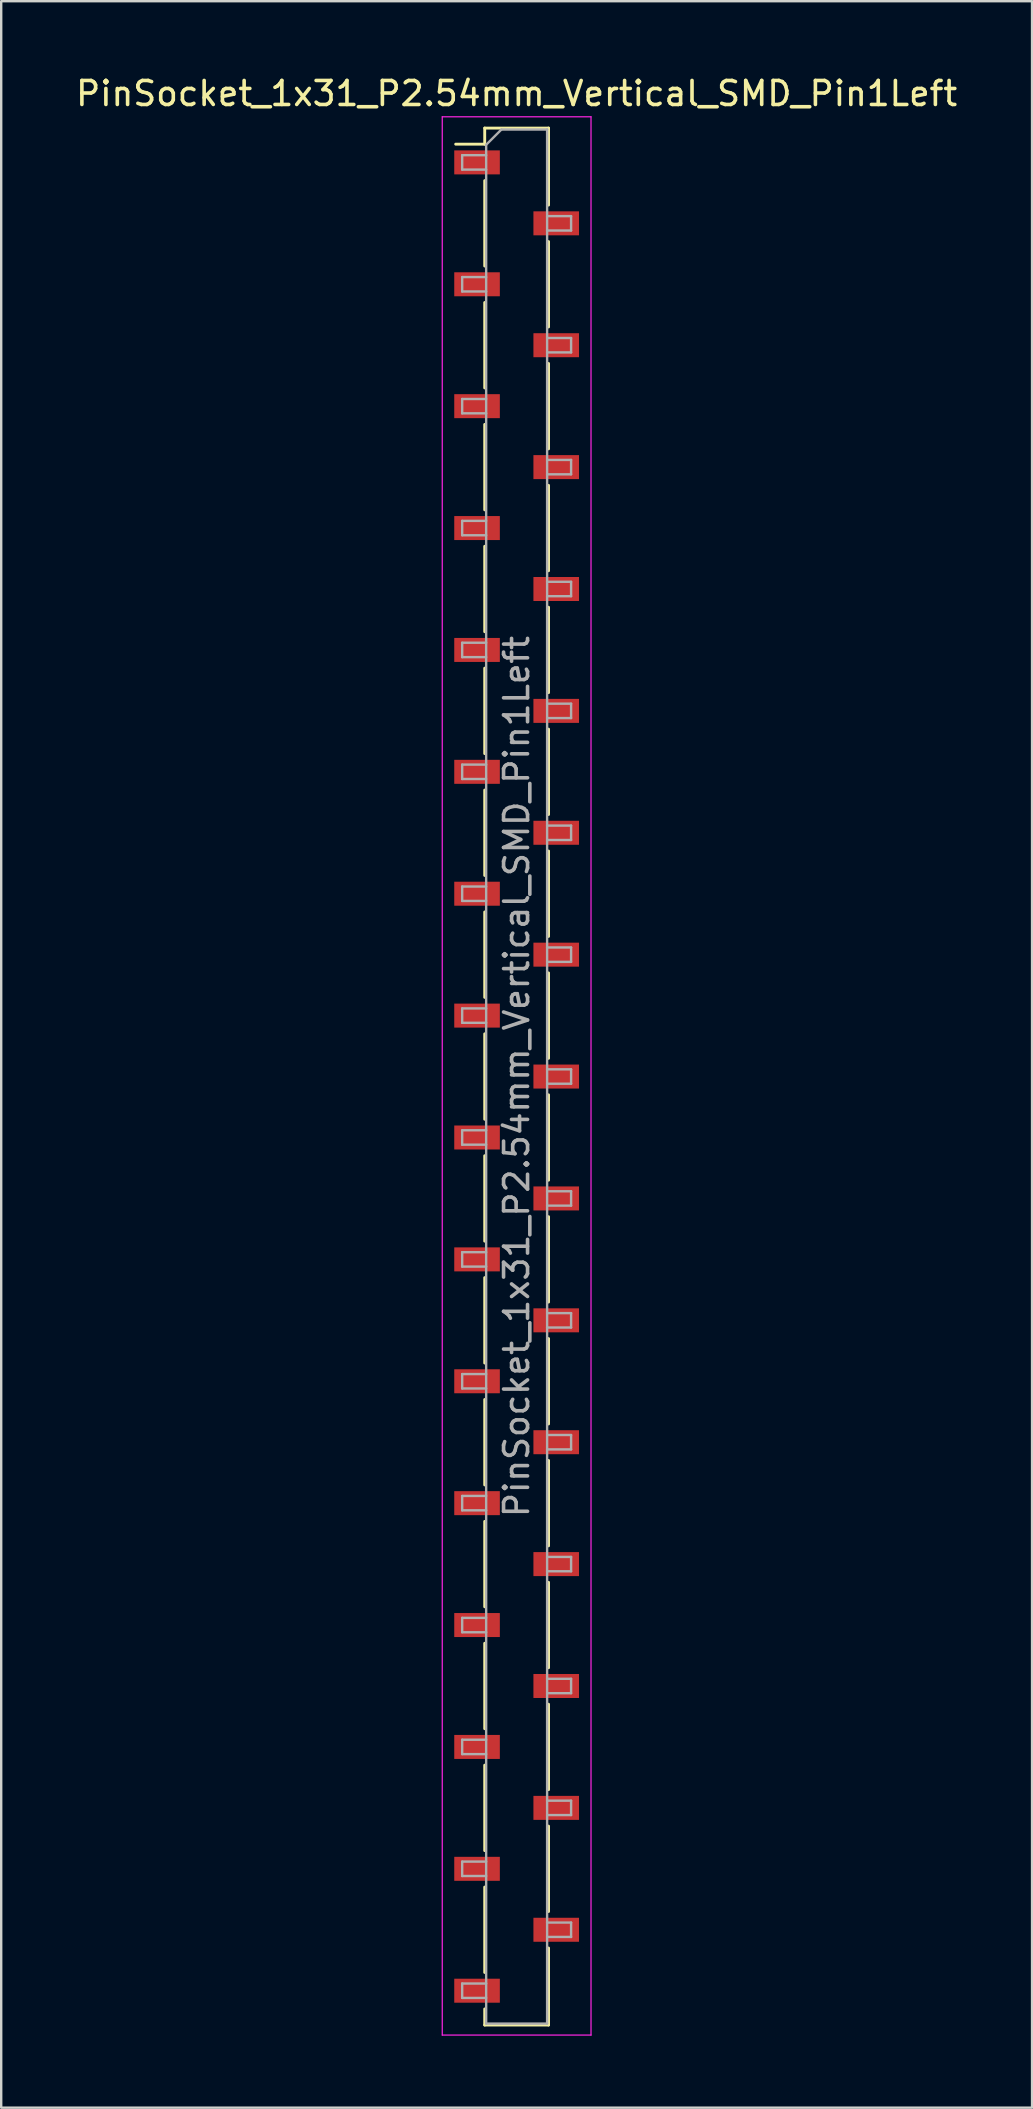
<source format=kicad_pcb>
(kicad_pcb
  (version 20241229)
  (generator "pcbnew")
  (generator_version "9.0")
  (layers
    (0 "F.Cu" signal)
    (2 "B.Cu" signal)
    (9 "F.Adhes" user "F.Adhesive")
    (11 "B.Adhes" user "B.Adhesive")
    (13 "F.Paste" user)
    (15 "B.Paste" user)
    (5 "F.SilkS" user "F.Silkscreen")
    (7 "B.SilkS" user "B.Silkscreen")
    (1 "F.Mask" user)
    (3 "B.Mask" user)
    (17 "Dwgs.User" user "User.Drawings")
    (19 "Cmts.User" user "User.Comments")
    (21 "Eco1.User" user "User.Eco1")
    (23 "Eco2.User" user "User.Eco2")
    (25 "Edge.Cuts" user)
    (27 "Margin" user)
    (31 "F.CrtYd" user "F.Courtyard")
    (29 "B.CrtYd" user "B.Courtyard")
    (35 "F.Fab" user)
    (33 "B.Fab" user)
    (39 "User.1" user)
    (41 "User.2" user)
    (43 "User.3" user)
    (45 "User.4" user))
  (footprint "PinSocket_1x31_P2.54mm_Vertical_SMD_Pin1Left"
    (layer "F.Cu")
    (at 18.482 41.818)
    (property "Reference" "PinSocket_1x31_P2.54mm_Vertical_SMD_Pin1Left" (at 0 -40.97 0) (layer "F.SilkS") (effects (font (size 1 1) (thickness 0.15))))
    (attr smd)
    (fp_line (start -2.54 -38.86) (end -1.33 -38.86) (stroke (width 0.12) (type solid)) (layer "F.SilkS"))
    (fp_line (start -1.33 -39.53) (end -1.33 -38.86) (stroke (width 0.12) (type solid)) (layer "F.SilkS"))
    (fp_line (start -1.33 -39.53) (end 1.33 -39.53) (stroke (width 0.12) (type solid)) (layer "F.SilkS"))
    (fp_line (start -1.33 -37.34) (end -1.33 -33.78) (stroke (width 0.12) (type solid)) (layer "F.SilkS"))
    (fp_line (start -1.33 -32.26) (end -1.33 -28.7) (stroke (width 0.12) (type solid)) (layer "F.SilkS"))
    (fp_line (start -1.33 -27.18) (end -1.33 -23.62) (stroke (width 0.12) (type solid)) (layer "F.SilkS"))
    (fp_line (start -1.33 -22.1) (end -1.33 -18.54) (stroke (width 0.12) (type solid)) (layer "F.SilkS"))
    (fp_line (start -1.33 -17.02) (end -1.33 -13.46) (stroke (width 0.12) (type solid)) (layer "F.SilkS"))
    (fp_line (start -1.33 -11.94) (end -1.33 -8.38) (stroke (width 0.12) (type solid)) (layer "F.SilkS"))
    (fp_line (start -1.33 -6.86) (end -1.33 -3.3) (stroke (width 0.12) (type solid)) (layer "F.SilkS"))
    (fp_line (start -1.33 -1.78) (end -1.33 1.78) (stroke (width 0.12) (type solid)) (layer "F.SilkS"))
    (fp_line (start -1.33 3.3) (end -1.33 6.86) (stroke (width 0.12) (type solid)) (layer "F.SilkS"))
    (fp_line (start -1.33 8.38) (end -1.33 11.94) (stroke (width 0.12) (type solid)) (layer "F.SilkS"))
    (fp_line (start -1.33 13.46) (end -1.33 17.02) (stroke (width 0.12) (type solid)) (layer "F.SilkS"))
    (fp_line (start -1.33 18.54) (end -1.33 22.1) (stroke (width 0.12) (type solid)) (layer "F.SilkS"))
    (fp_line (start -1.33 23.62) (end -1.33 27.18) (stroke (width 0.12) (type solid)) (layer "F.SilkS"))
    (fp_line (start -1.33 28.7) (end -1.33 32.26) (stroke (width 0.12) (type solid)) (layer "F.SilkS"))
    (fp_line (start -1.33 33.78) (end -1.33 37.34) (stroke (width 0.12) (type solid)) (layer "F.SilkS"))
    (fp_line (start -1.33 38.86) (end -1.33 39.53) (stroke (width 0.12) (type solid)) (layer "F.SilkS"))
    (fp_line (start -1.33 39.53) (end 1.33 39.53) (stroke (width 0.12) (type solid)) (layer "F.SilkS"))
    (fp_line (start 1.33 -39.53) (end 1.33 -36.32) (stroke (width 0.12) (type solid)) (layer "F.SilkS"))
    (fp_line (start 1.33 -34.8) (end 1.33 -31.24) (stroke (width 0.12) (type solid)) (layer "F.SilkS"))
    (fp_line (start 1.33 -29.72) (end 1.33 -26.16) (stroke (width 0.12) (type solid)) (layer "F.SilkS"))
    (fp_line (start 1.33 -24.64) (end 1.33 -21.08) (stroke (width 0.12) (type solid)) (layer "F.SilkS"))
    (fp_line (start 1.33 -19.56) (end 1.33 -16) (stroke (width 0.12) (type solid)) (layer "F.SilkS"))
    (fp_line (start 1.33 -14.48) (end 1.33 -10.92) (stroke (width 0.12) (type solid)) (layer "F.SilkS"))
    (fp_line (start 1.33 -9.4) (end 1.33 -5.84) (stroke (width 0.12) (type solid)) (layer "F.SilkS"))
    (fp_line (start 1.33 -4.32) (end 1.33 -0.76) (stroke (width 0.12) (type solid)) (layer "F.SilkS"))
    (fp_line (start 1.33 0.76) (end 1.33 4.32) (stroke (width 0.12) (type solid)) (layer "F.SilkS"))
    (fp_line (start 1.33 5.84) (end 1.33 9.4) (stroke (width 0.12) (type solid)) (layer "F.SilkS"))
    (fp_line (start 1.33 10.92) (end 1.33 14.48) (stroke (width 0.12) (type solid)) (layer "F.SilkS"))
    (fp_line (start 1.33 16) (end 1.33 19.56) (stroke (width 0.12) (type solid)) (layer "F.SilkS"))
    (fp_line (start 1.33 21.08) (end 1.33 24.64) (stroke (width 0.12) (type solid)) (layer "F.SilkS"))
    (fp_line (start 1.33 26.16) (end 1.33 29.72) (stroke (width 0.12) (type solid)) (layer "F.SilkS"))
    (fp_line (start 1.33 31.24) (end 1.33 34.8) (stroke (width 0.12) (type solid)) (layer "F.SilkS"))
    (fp_line (start 1.33 36.32) (end 1.33 39.53) (stroke (width 0.12) (type solid)) (layer "F.SilkS"))
    (fp_line (start -3.1 -40) (end 3.1 -40) (stroke (width 0.05) (type solid)) (layer "F.CrtYd"))
    (fp_line (start -3.1 39.95) (end -3.1 -40) (stroke (width 0.05) (type solid)) (layer "F.CrtYd"))
    (fp_line (start 3.1 -40) (end 3.1 39.95) (stroke (width 0.05) (type solid)) (layer "F.CrtYd"))
    (fp_line (start 3.1 39.95) (end -3.1 39.95) (stroke (width 0.05) (type solid)) (layer "F.CrtYd"))
    (fp_line (start -2.27 -38.4) (end -1.27 -38.4) (stroke (width 0.1) (type solid)) (layer "F.Fab"))
    (fp_line (start -2.27 -37.8) (end -2.27 -38.4) (stroke (width 0.1) (type solid)) (layer "F.Fab"))
    (fp_line (start -2.27 -33.32) (end -1.27 -33.32) (stroke (width 0.1) (type solid)) (layer "F.Fab"))
    (fp_line (start -2.27 -32.72) (end -2.27 -33.32) (stroke (width 0.1) (type solid)) (layer "F.Fab"))
    (fp_line (start -2.27 -28.24) (end -1.27 -28.24) (stroke (width 0.1) (type solid)) (layer "F.Fab"))
    (fp_line (start -2.27 -27.64) (end -2.27 -28.24) (stroke (width 0.1) (type solid)) (layer "F.Fab"))
    (fp_line (start -2.27 -23.16) (end -1.27 -23.16) (stroke (width 0.1) (type solid)) (layer "F.Fab"))
    (fp_line (start -2.27 -22.56) (end -2.27 -23.16) (stroke (width 0.1) (type solid)) (layer "F.Fab"))
    (fp_line (start -2.27 -18.08) (end -1.27 -18.08) (stroke (width 0.1) (type solid)) (layer "F.Fab"))
    (fp_line (start -2.27 -17.48) (end -2.27 -18.08) (stroke (width 0.1) (type solid)) (layer "F.Fab"))
    (fp_line (start -2.27 -13) (end -1.27 -13) (stroke (width 0.1) (type solid)) (layer "F.Fab"))
    (fp_line (start -2.27 -12.4) (end -2.27 -13) (stroke (width 0.1) (type solid)) (layer "F.Fab"))
    (fp_line (start -2.27 -7.92) (end -1.27 -7.92) (stroke (width 0.1) (type solid)) (layer "F.Fab"))
    (fp_line (start -2.27 -7.32) (end -2.27 -7.92) (stroke (width 0.1) (type solid)) (layer "F.Fab"))
    (fp_line (start -2.27 -2.84) (end -1.27 -2.84) (stroke (width 0.1) (type solid)) (layer "F.Fab"))
    (fp_line (start -2.27 -2.24) (end -2.27 -2.84) (stroke (width 0.1) (type solid)) (layer "F.Fab"))
    (fp_line (start -2.27 2.24) (end -1.27 2.24) (stroke (width 0.1) (type solid)) (layer "F.Fab"))
    (fp_line (start -2.27 2.84) (end -2.27 2.24) (stroke (width 0.1) (type solid)) (layer "F.Fab"))
    (fp_line (start -2.27 7.32) (end -1.27 7.32) (stroke (width 0.1) (type solid)) (layer "F.Fab"))
    (fp_line (start -2.27 7.92) (end -2.27 7.32) (stroke (width 0.1) (type solid)) (layer "F.Fab"))
    (fp_line (start -2.27 12.4) (end -1.27 12.4) (stroke (width 0.1) (type solid)) (layer "F.Fab"))
    (fp_line (start -2.27 13) (end -2.27 12.4) (stroke (width 0.1) (type solid)) (layer "F.Fab"))
    (fp_line (start -2.27 17.48) (end -1.27 17.48) (stroke (width 0.1) (type solid)) (layer "F.Fab"))
    (fp_line (start -2.27 18.08) (end -2.27 17.48) (stroke (width 0.1) (type solid)) (layer "F.Fab"))
    (fp_line (start -2.27 22.56) (end -1.27 22.56) (stroke (width 0.1) (type solid)) (layer "F.Fab"))
    (fp_line (start -2.27 23.16) (end -2.27 22.56) (stroke (width 0.1) (type solid)) (layer "F.Fab"))
    (fp_line (start -2.27 27.64) (end -1.27 27.64) (stroke (width 0.1) (type solid)) (layer "F.Fab"))
    (fp_line (start -2.27 28.24) (end -2.27 27.64) (stroke (width 0.1) (type solid)) (layer "F.Fab"))
    (fp_line (start -2.27 32.72) (end -1.27 32.72) (stroke (width 0.1) (type solid)) (layer "F.Fab"))
    (fp_line (start -2.27 33.32) (end -2.27 32.72) (stroke (width 0.1) (type solid)) (layer "F.Fab"))
    (fp_line (start -2.27 37.8) (end -1.27 37.8) (stroke (width 0.1) (type solid)) (layer "F.Fab"))
    (fp_line (start -2.27 38.4) (end -2.27 37.8) (stroke (width 0.1) (type solid)) (layer "F.Fab"))
    (fp_line (start -1.27 -38.835) (end -0.635 -39.47) (stroke (width 0.1) (type solid)) (layer "F.Fab"))
    (fp_line (start -1.27 -37.8) (end -2.27 -37.8) (stroke (width 0.1) (type solid)) (layer "F.Fab"))
    (fp_line (start -1.27 -32.72) (end -2.27 -32.72) (stroke (width 0.1) (type solid)) (layer "F.Fab"))
    (fp_line (start -1.27 -27.64) (end -2.27 -27.64) (stroke (width 0.1) (type solid)) (layer "F.Fab"))
    (fp_line (start -1.27 -22.56) (end -2.27 -22.56) (stroke (width 0.1) (type solid)) (layer "F.Fab"))
    (fp_line (start -1.27 -17.48) (end -2.27 -17.48) (stroke (width 0.1) (type solid)) (layer "F.Fab"))
    (fp_line (start -1.27 -12.4) (end -2.27 -12.4) (stroke (width 0.1) (type solid)) (layer "F.Fab"))
    (fp_line (start -1.27 -7.32) (end -2.27 -7.32) (stroke (width 0.1) (type solid)) (layer "F.Fab"))
    (fp_line (start -1.27 -2.24) (end -2.27 -2.24) (stroke (width 0.1) (type solid)) (layer "F.Fab"))
    (fp_line (start -1.27 2.84) (end -2.27 2.84) (stroke (width 0.1) (type solid)) (layer "F.Fab"))
    (fp_line (start -1.27 7.92) (end -2.27 7.92) (stroke (width 0.1) (type solid)) (layer "F.Fab"))
    (fp_line (start -1.27 13) (end -2.27 13) (stroke (width 0.1) (type solid)) (layer "F.Fab"))
    (fp_line (start -1.27 18.08) (end -2.27 18.08) (stroke (width 0.1) (type solid)) (layer "F.Fab"))
    (fp_line (start -1.27 23.16) (end -2.27 23.16) (stroke (width 0.1) (type solid)) (layer "F.Fab"))
    (fp_line (start -1.27 28.24) (end -2.27 28.24) (stroke (width 0.1) (type solid)) (layer "F.Fab"))
    (fp_line (start -1.27 33.32) (end -2.27 33.32) (stroke (width 0.1) (type solid)) (layer "F.Fab"))
    (fp_line (start -1.27 38.4) (end -2.27 38.4) (stroke (width 0.1) (type solid)) (layer "F.Fab"))
    (fp_line (start -1.27 39.47) (end -1.27 -38.835) (stroke (width 0.1) (type solid)) (layer "F.Fab"))
    (fp_line (start -0.635 -39.47) (end 1.27 -39.47) (stroke (width 0.1) (type solid)) (layer "F.Fab"))
    (fp_line (start 1.27 -39.47) (end 1.27 39.47) (stroke (width 0.1) (type solid)) (layer "F.Fab"))
    (fp_line (start 1.27 -35.86) (end 2.27 -35.86) (stroke (width 0.1) (type solid)) (layer "F.Fab"))
    (fp_line (start 1.27 -30.78) (end 2.27 -30.78) (stroke (width 0.1) (type solid)) (layer "F.Fab"))
    (fp_line (start 1.27 -25.7) (end 2.27 -25.7) (stroke (width 0.1) (type solid)) (layer "F.Fab"))
    (fp_line (start 1.27 -20.62) (end 2.27 -20.62) (stroke (width 0.1) (type solid)) (layer "F.Fab"))
    (fp_line (start 1.27 -15.54) (end 2.27 -15.54) (stroke (width 0.1) (type solid)) (layer "F.Fab"))
    (fp_line (start 1.27 -10.46) (end 2.27 -10.46) (stroke (width 0.1) (type solid)) (layer "F.Fab"))
    (fp_line (start 1.27 -5.38) (end 2.27 -5.38) (stroke (width 0.1) (type solid)) (layer "F.Fab"))
    (fp_line (start 1.27 -0.3) (end 2.27 -0.3) (stroke (width 0.1) (type solid)) (layer "F.Fab"))
    (fp_line (start 1.27 4.78) (end 2.27 4.78) (stroke (width 0.1) (type solid)) (layer "F.Fab"))
    (fp_line (start 1.27 9.86) (end 2.27 9.86) (stroke (width 0.1) (type solid)) (layer "F.Fab"))
    (fp_line (start 1.27 14.94) (end 2.27 14.94) (stroke (width 0.1) (type solid)) (layer "F.Fab"))
    (fp_line (start 1.27 20.02) (end 2.27 20.02) (stroke (width 0.1) (type solid)) (layer "F.Fab"))
    (fp_line (start 1.27 25.1) (end 2.27 25.1) (stroke (width 0.1) (type solid)) (layer "F.Fab"))
    (fp_line (start 1.27 30.18) (end 2.27 30.18) (stroke (width 0.1) (type solid)) (layer "F.Fab"))
    (fp_line (start 1.27 35.26) (end 2.27 35.26) (stroke (width 0.1) (type solid)) (layer "F.Fab"))
    (fp_line (start 1.27 39.47) (end -1.27 39.47) (stroke (width 0.1) (type solid)) (layer "F.Fab"))
    (fp_line (start 2.27 -35.86) (end 2.27 -35.26) (stroke (width 0.1) (type solid)) (layer "F.Fab"))
    (fp_line (start 2.27 -35.26) (end 1.27 -35.26) (stroke (width 0.1) (type solid)) (layer "F.Fab"))
    (fp_line (start 2.27 -30.78) (end 2.27 -30.18) (stroke (width 0.1) (type solid)) (layer "F.Fab"))
    (fp_line (start 2.27 -30.18) (end 1.27 -30.18) (stroke (width 0.1) (type solid)) (layer "F.Fab"))
    (fp_line (start 2.27 -25.7) (end 2.27 -25.1) (stroke (width 0.1) (type solid)) (layer "F.Fab"))
    (fp_line (start 2.27 -25.1) (end 1.27 -25.1) (stroke (width 0.1) (type solid)) (layer "F.Fab"))
    (fp_line (start 2.27 -20.62) (end 2.27 -20.02) (stroke (width 0.1) (type solid)) (layer "F.Fab"))
    (fp_line (start 2.27 -20.02) (end 1.27 -20.02) (stroke (width 0.1) (type solid)) (layer "F.Fab"))
    (fp_line (start 2.27 -15.54) (end 2.27 -14.94) (stroke (width 0.1) (type solid)) (layer "F.Fab"))
    (fp_line (start 2.27 -14.94) (end 1.27 -14.94) (stroke (width 0.1) (type solid)) (layer "F.Fab"))
    (fp_line (start 2.27 -10.46) (end 2.27 -9.86) (stroke (width 0.1) (type solid)) (layer "F.Fab"))
    (fp_line (start 2.27 -9.86) (end 1.27 -9.86) (stroke (width 0.1) (type solid)) (layer "F.Fab"))
    (fp_line (start 2.27 -5.38) (end 2.27 -4.78) (stroke (width 0.1) (type solid)) (layer "F.Fab"))
    (fp_line (start 2.27 -4.78) (end 1.27 -4.78) (stroke (width 0.1) (type solid)) (layer "F.Fab"))
    (fp_line (start 2.27 -0.3) (end 2.27 0.3) (stroke (width 0.1) (type solid)) (layer "F.Fab"))
    (fp_line (start 2.27 0.3) (end 1.27 0.3) (stroke (width 0.1) (type solid)) (layer "F.Fab"))
    (fp_line (start 2.27 4.78) (end 2.27 5.38) (stroke (width 0.1) (type solid)) (layer "F.Fab"))
    (fp_line (start 2.27 5.38) (end 1.27 5.38) (stroke (width 0.1) (type solid)) (layer "F.Fab"))
    (fp_line (start 2.27 9.86) (end 2.27 10.46) (stroke (width 0.1) (type solid)) (layer "F.Fab"))
    (fp_line (start 2.27 10.46) (end 1.27 10.46) (stroke (width 0.1) (type solid)) (layer "F.Fab"))
    (fp_line (start 2.27 14.94) (end 2.27 15.54) (stroke (width 0.1) (type solid)) (layer "F.Fab"))
    (fp_line (start 2.27 15.54) (end 1.27 15.54) (stroke (width 0.1) (type solid)) (layer "F.Fab"))
    (fp_line (start 2.27 20.02) (end 2.27 20.62) (stroke (width 0.1) (type solid)) (layer "F.Fab"))
    (fp_line (start 2.27 20.62) (end 1.27 20.62) (stroke (width 0.1) (type solid)) (layer "F.Fab"))
    (fp_line (start 2.27 25.1) (end 2.27 25.7) (stroke (width 0.1) (type solid)) (layer "F.Fab"))
    (fp_line (start 2.27 25.7) (end 1.27 25.7) (stroke (width 0.1) (type solid)) (layer "F.Fab"))
    (fp_line (start 2.27 30.18) (end 2.27 30.78) (stroke (width 0.1) (type solid)) (layer "F.Fab"))
    (fp_line (start 2.27 30.78) (end 1.27 30.78) (stroke (width 0.1) (type solid)) (layer "F.Fab"))
    (fp_line (start 2.27 35.26) (end 2.27 35.86) (stroke (width 0.1) (type solid)) (layer "F.Fab"))
    (fp_line (start 2.27 35.86) (end 1.27 35.86) (stroke (width 0.1) (type solid)) (layer "F.Fab"))
    (fp_text user "${REFERENCE}" (at 0 0 90) (layer "F.Fab") (effects (font (size 1 1) (thickness 0.15))))
    (pad "1" smd rect (at -1.65 -38.1) (size 1.9 1) (layers "F.Cu" "F.Mask" "F.Paste"))
    (pad "2" smd rect (at 1.65 -35.56) (size 1.9 1) (layers "F.Cu" "F.Mask" "F.Paste"))
    (pad "3" smd rect (at -1.65 -33.02) (size 1.9 1) (layers "F.Cu" "F.Mask" "F.Paste"))
    (pad "4" smd rect (at 1.65 -30.48) (size 1.9 1) (layers "F.Cu" "F.Mask" "F.Paste"))
    (pad "5" smd rect (at -1.65 -27.94) (size 1.9 1) (layers "F.Cu" "F.Mask" "F.Paste"))
    (pad "6" smd rect (at 1.65 -25.4) (size 1.9 1) (layers "F.Cu" "F.Mask" "F.Paste"))
    (pad "7" smd rect (at -1.65 -22.86) (size 1.9 1) (layers "F.Cu" "F.Mask" "F.Paste"))
    (pad "8" smd rect (at 1.65 -20.32) (size 1.9 1) (layers "F.Cu" "F.Mask" "F.Paste"))
    (pad "9" smd rect (at -1.65 -17.78) (size 1.9 1) (layers "F.Cu" "F.Mask" "F.Paste"))
    (pad "10" smd rect (at 1.65 -15.24) (size 1.9 1) (layers "F.Cu" "F.Mask" "F.Paste"))
    (pad "11" smd rect (at -1.65 -12.7) (size 1.9 1) (layers "F.Cu" "F.Mask" "F.Paste"))
    (pad "12" smd rect (at 1.65 -10.16) (size 1.9 1) (layers "F.Cu" "F.Mask" "F.Paste"))
    (pad "13" smd rect (at -1.65 -7.62) (size 1.9 1) (layers "F.Cu" "F.Mask" "F.Paste"))
    (pad "14" smd rect (at 1.65 -5.08) (size 1.9 1) (layers "F.Cu" "F.Mask" "F.Paste"))
    (pad "15" smd rect (at -1.65 -2.54) (size 1.9 1) (layers "F.Cu" "F.Mask" "F.Paste"))
    (pad "16" smd rect (at 1.65 0) (size 1.9 1) (layers "F.Cu" "F.Mask" "F.Paste"))
    (pad "17" smd rect (at -1.65 2.54) (size 1.9 1) (layers "F.Cu" "F.Mask" "F.Paste"))
    (pad "18" smd rect (at 1.65 5.08) (size 1.9 1) (layers "F.Cu" "F.Mask" "F.Paste"))
    (pad "19" smd rect (at -1.65 7.62) (size 1.9 1) (layers "F.Cu" "F.Mask" "F.Paste"))
    (pad "20" smd rect (at 1.65 10.16) (size 1.9 1) (layers "F.Cu" "F.Mask" "F.Paste"))
    (pad "21" smd rect (at -1.65 12.7) (size 1.9 1) (layers "F.Cu" "F.Mask" "F.Paste"))
    (pad "22" smd rect (at 1.65 15.24) (size 1.9 1) (layers "F.Cu" "F.Mask" "F.Paste"))
    (pad "23" smd rect (at -1.65 17.78) (size 1.9 1) (layers "F.Cu" "F.Mask" "F.Paste"))
    (pad "24" smd rect (at 1.65 20.32) (size 1.9 1) (layers "F.Cu" "F.Mask" "F.Paste"))
    (pad "25" smd rect (at -1.65 22.86) (size 1.9 1) (layers "F.Cu" "F.Mask" "F.Paste"))
    (pad "26" smd rect (at 1.65 25.4) (size 1.9 1) (layers "F.Cu" "F.Mask" "F.Paste"))
    (pad "27" smd rect (at -1.65 27.94) (size 1.9 1) (layers "F.Cu" "F.Mask" "F.Paste"))
    (pad "28" smd rect (at 1.65 30.48) (size 1.9 1) (layers "F.Cu" "F.Mask" "F.Paste"))
    (pad "29" smd rect (at -1.65 33.02) (size 1.9 1) (layers "F.Cu" "F.Mask" "F.Paste"))
    (pad "30" smd rect (at 1.65 35.56) (size 1.9 1) (layers "F.Cu" "F.Mask" "F.Paste"))
    (pad "31" smd rect (at -1.65 38.1) (size 1.9 1) (layers "F.Cu" "F.Mask" "F.Paste")))
  (gr_rect
    (start -3 -3)
    (end 39.964 84.793)
    (stroke (width 0.1) (type default))
    (fill no)
    (layer "Edge.Cuts")))
</source>
